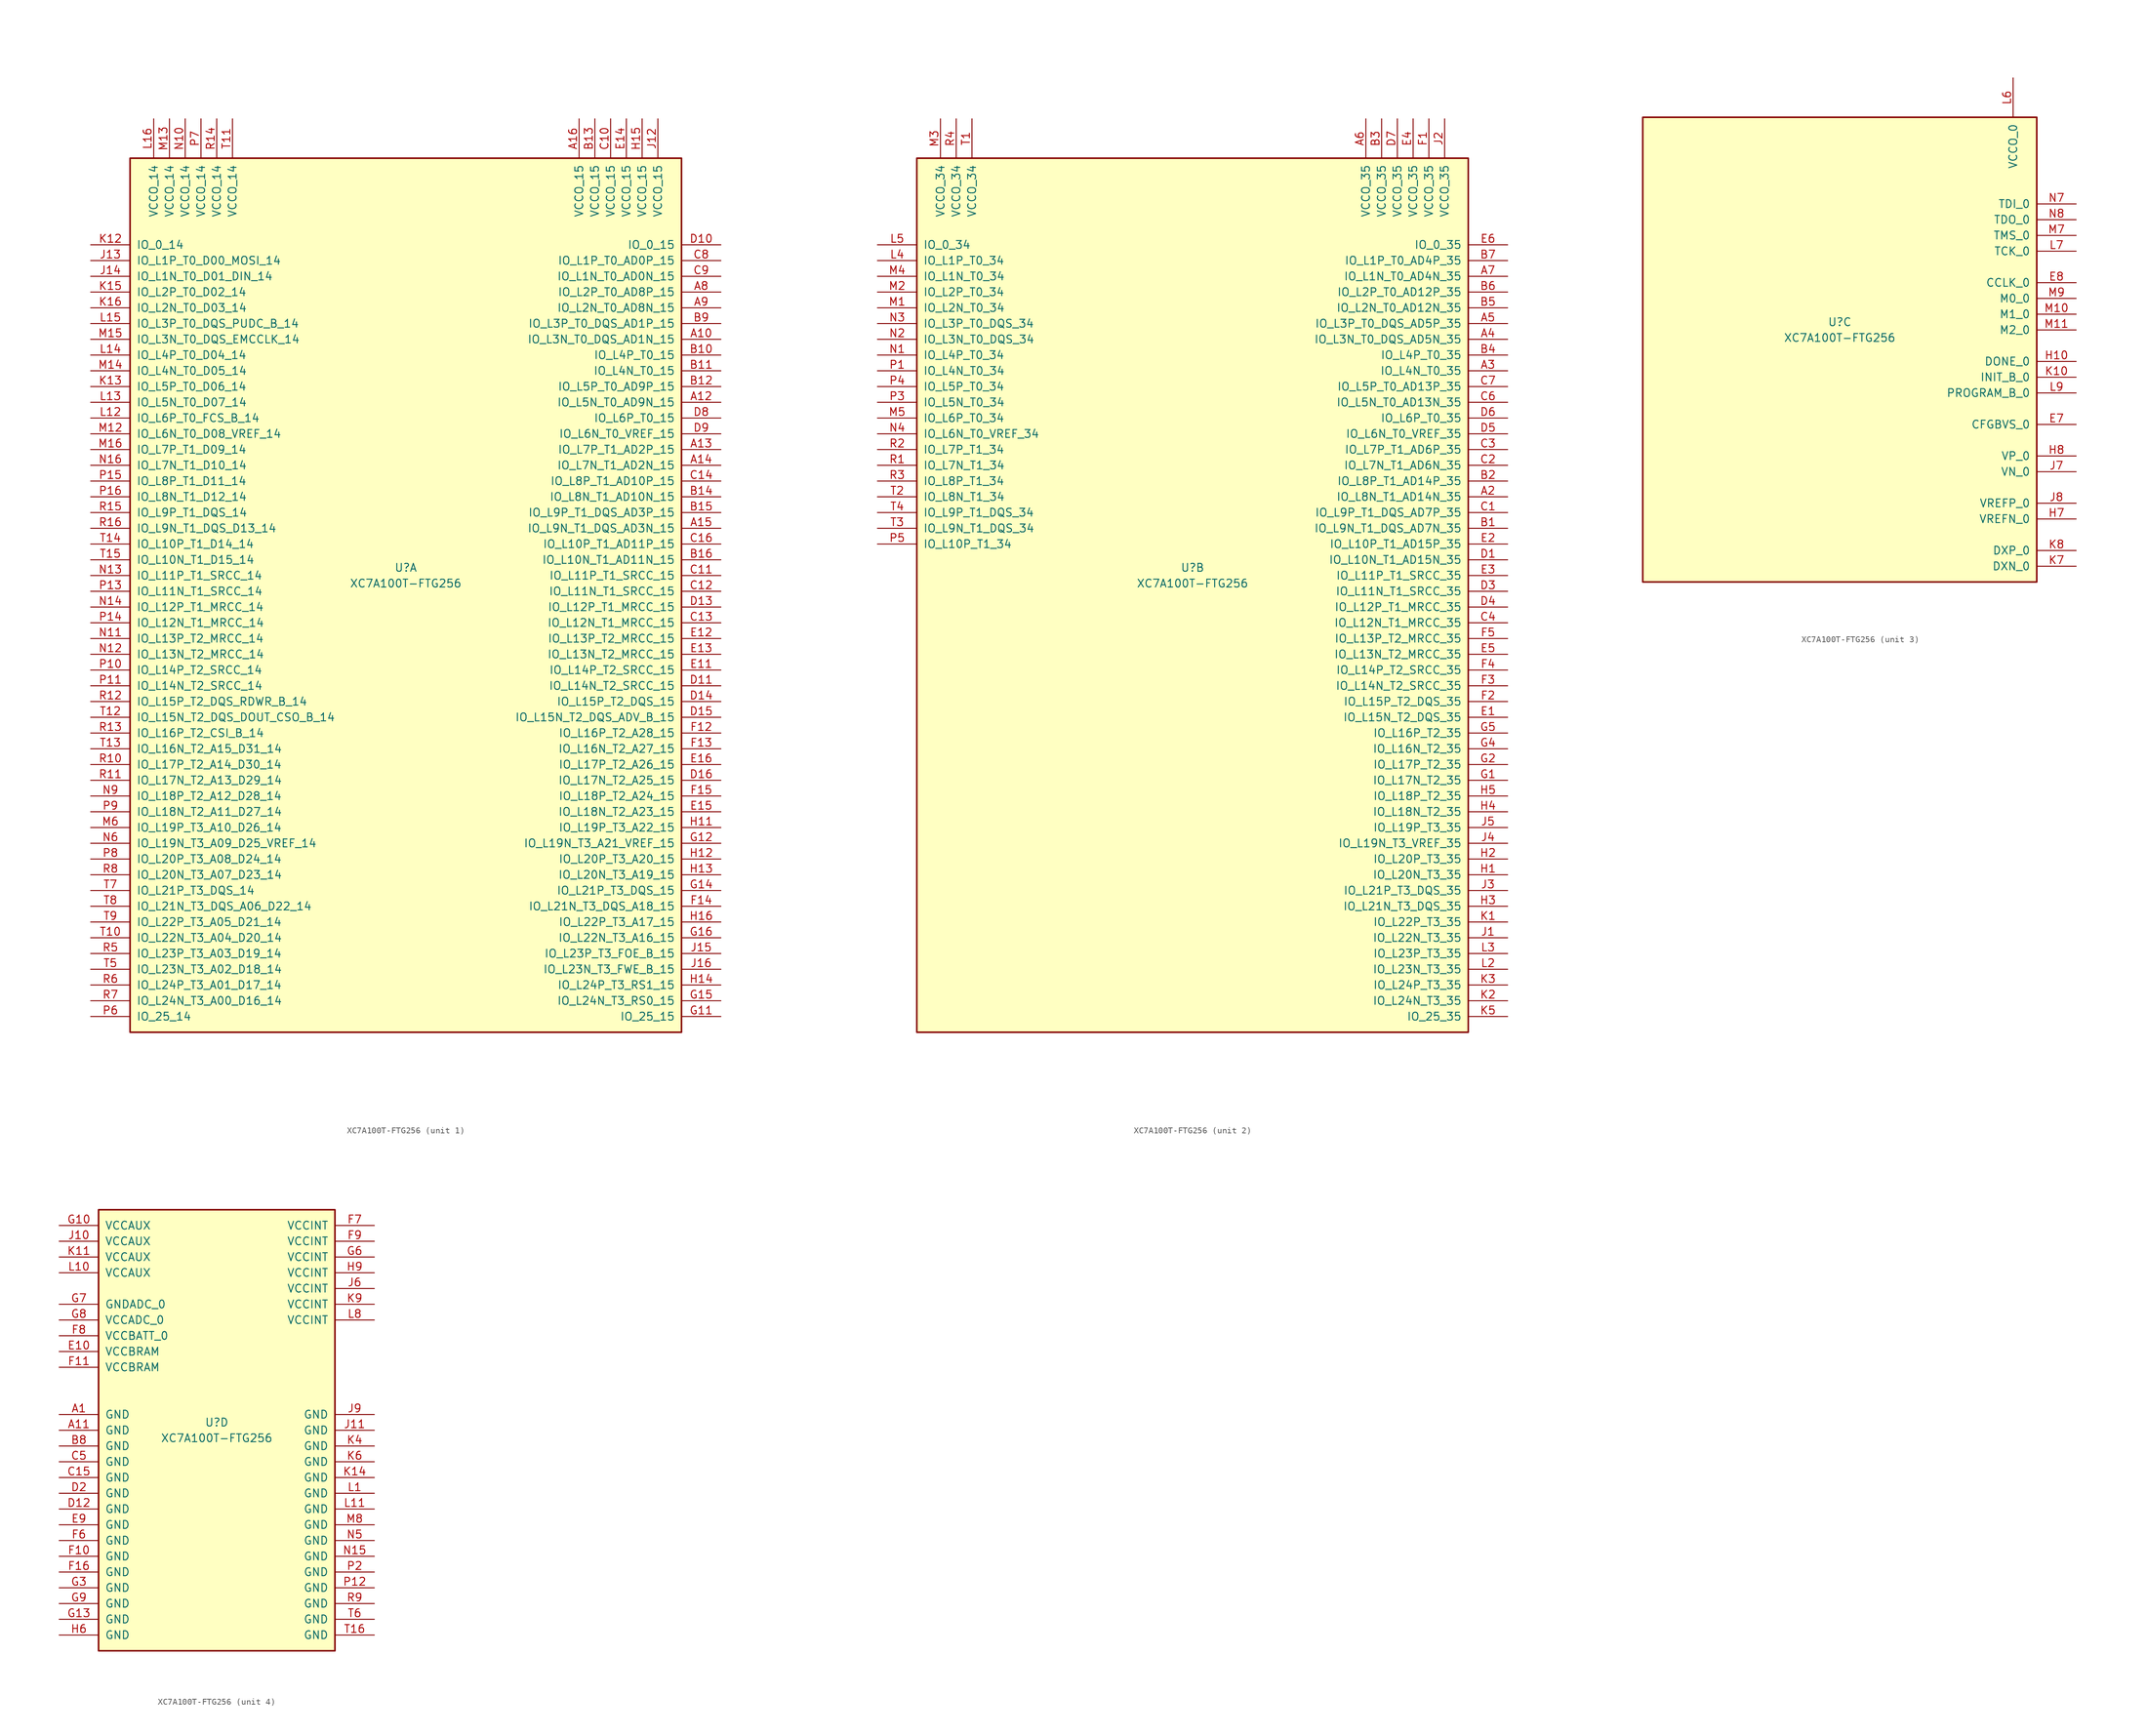
<source format=kicad_sym>
(kicad_symbol_lib
  (version 20211014)
  (generator kicad_symbol_editor)
  (symbol "XC7A100T-FTG256"
    (pin_names
      (offset 1.016))
    (property "Reference" "U"
      (at 0 1.27 0)
      (effects (font (size 1.27 1.27))))
    (property "Value" "XC7A100T-FTG256"
      (at 0 -1.27 0)
      (effects (font (size 1.27 1.27))))
    (property "Datasheet" ""
      (at 0 0 0)
      (effects (font (size 1.27 1.27))))
    (property "ki_locked" ""
      (at 0 0 0)
      (effects (font (size 1.27 1.27))))
    (symbol "XC7A100T-FTG256_1_1"
      (rectangle (start -44.45 67.31) (end 44.45 -73.66) (stroke (width 0.254) (type default) (color 0 0 0 0)) (fill (type background)))
      (pin bidirectional line (at 50.8 38.1 180) (length 6.35) (name "IO_L3N_T0_DQS_AD1N_15" (effects (font (size 1.27 1.27)))) (number "A10" (effects (font (size 1.27 1.27)))))
      (pin bidirectional line (at 50.8 27.94 180) (length 6.35) (name "IO_L5N_T0_AD9N_15" (effects (font (size 1.27 1.27)))) (number "A12" (effects (font (size 1.27 1.27)))))
      (pin bidirectional line (at 50.8 20.32 180) (length 6.35) (name "IO_L7P_T1_AD2P_15" (effects (font (size 1.27 1.27)))) (number "A13" (effects (font (size 1.27 1.27)))))
      (pin bidirectional line (at 50.8 17.78 180) (length 6.35) (name "IO_L7N_T1_AD2N_15" (effects (font (size 1.27 1.27)))) (number "A14" (effects (font (size 1.27 1.27)))))
      (pin bidirectional line (at 50.8 7.62 180) (length 6.35) (name "IO_L9N_T1_DQS_AD3N_15" (effects (font (size 1.27 1.27)))) (number "A15" (effects (font (size 1.27 1.27)))))
      (pin power_in line (at 27.94 73.66 270) (length 6.35) (name "VCCO_15" (effects (font (size 1.27 1.27)))) (number "A16" (effects (font (size 1.27 1.27)))))
      (pin bidirectional line (at 50.8 45.72 180) (length 6.35) (name "IO_L2P_T0_AD8P_15" (effects (font (size 1.27 1.27)))) (number "A8" (effects (font (size 1.27 1.27)))))
      (pin bidirectional line (at 50.8 43.18 180) (length 6.35) (name "IO_L2N_T0_AD8N_15" (effects (font (size 1.27 1.27)))) (number "A9" (effects (font (size 1.27 1.27)))))
      (pin bidirectional line (at 50.8 35.56 180) (length 6.35) (name "IO_L4P_T0_15" (effects (font (size 1.27 1.27)))) (number "B10" (effects (font (size 1.27 1.27)))))
      (pin bidirectional line (at 50.8 33.02 180) (length 6.35) (name "IO_L4N_T0_15" (effects (font (size 1.27 1.27)))) (number "B11" (effects (font (size 1.27 1.27)))))
      (pin bidirectional line (at 50.8 30.48 180) (length 6.35) (name "IO_L5P_T0_AD9P_15" (effects (font (size 1.27 1.27)))) (number "B12" (effects (font (size 1.27 1.27)))))
      (pin power_in line (at 30.48 73.66 270) (length 6.35) (name "VCCO_15" (effects (font (size 1.27 1.27)))) (number "B13" (effects (font (size 1.27 1.27)))))
      (pin bidirectional line (at 50.8 12.7 180) (length 6.35) (name "IO_L8N_T1_AD10N_15" (effects (font (size 1.27 1.27)))) (number "B14" (effects (font (size 1.27 1.27)))))
      (pin bidirectional line (at 50.8 10.16 180) (length 6.35) (name "IO_L9P_T1_DQS_AD3P_15" (effects (font (size 1.27 1.27)))) (number "B15" (effects (font (size 1.27 1.27)))))
      (pin bidirectional line (at 50.8 2.54 180) (length 6.35) (name "IO_L10N_T1_AD11N_15" (effects (font (size 1.27 1.27)))) (number "B16" (effects (font (size 1.27 1.27)))))
      (pin bidirectional line (at 50.8 40.64 180) (length 6.35) (name "IO_L3P_T0_DQS_AD1P_15" (effects (font (size 1.27 1.27)))) (number "B9" (effects (font (size 1.27 1.27)))))
      (pin power_in line (at 33.02 73.66 270) (length 6.35) (name "VCCO_15" (effects (font (size 1.27 1.27)))) (number "C10" (effects (font (size 1.27 1.27)))))
      (pin bidirectional line (at 50.8 0 180) (length 6.35) (name "IO_L11P_T1_SRCC_15" (effects (font (size 1.27 1.27)))) (number "C11" (effects (font (size 1.27 1.27)))))
      (pin bidirectional line (at 50.8 -2.54 180) (length 6.35) (name "IO_L11N_T1_SRCC_15" (effects (font (size 1.27 1.27)))) (number "C12" (effects (font (size 1.27 1.27)))))
      (pin bidirectional line (at 50.8 -7.62 180) (length 6.35) (name "IO_L12N_T1_MRCC_15" (effects (font (size 1.27 1.27)))) (number "C13" (effects (font (size 1.27 1.27)))))
      (pin bidirectional line (at 50.8 15.24 180) (length 6.35) (name "IO_L8P_T1_AD10P_15" (effects (font (size 1.27 1.27)))) (number "C14" (effects (font (size 1.27 1.27)))))
      (pin bidirectional line (at 50.8 5.08 180) (length 6.35) (name "IO_L10P_T1_AD11P_15" (effects (font (size 1.27 1.27)))) (number "C16" (effects (font (size 1.27 1.27)))))
      (pin bidirectional line (at 50.8 50.8 180) (length 6.35) (name "IO_L1P_T0_AD0P_15" (effects (font (size 1.27 1.27)))) (number "C8" (effects (font (size 1.27 1.27)))))
      (pin bidirectional line (at 50.8 48.26 180) (length 6.35) (name "IO_L1N_T0_AD0N_15" (effects (font (size 1.27 1.27)))) (number "C9" (effects (font (size 1.27 1.27)))))
      (pin bidirectional line (at 50.8 53.34 180) (length 6.35) (name "IO_0_15" (effects (font (size 1.27 1.27)))) (number "D10" (effects (font (size 1.27 1.27)))))
      (pin bidirectional line (at 50.8 -17.78 180) (length 6.35) (name "IO_L14N_T2_SRCC_15" (effects (font (size 1.27 1.27)))) (number "D11" (effects (font (size 1.27 1.27)))))
      (pin bidirectional line (at 50.8 -5.08 180) (length 6.35) (name "IO_L12P_T1_MRCC_15" (effects (font (size 1.27 1.27)))) (number "D13" (effects (font (size 1.27 1.27)))))
      (pin bidirectional line (at 50.8 -20.32 180) (length 6.35) (name "IO_L15P_T2_DQS_15" (effects (font (size 1.27 1.27)))) (number "D14" (effects (font (size 1.27 1.27)))))
      (pin bidirectional line (at 50.8 -22.86 180) (length 6.35) (name "IO_L15N_T2_DQS_ADV_B_15" (effects (font (size 1.27 1.27)))) (number "D15" (effects (font (size 1.27 1.27)))))
      (pin bidirectional line (at 50.8 -33.02 180) (length 6.35) (name "IO_L17N_T2_A25_15" (effects (font (size 1.27 1.27)))) (number "D16" (effects (font (size 1.27 1.27)))))
      (pin bidirectional line (at 50.8 25.4 180) (length 6.35) (name "IO_L6P_T0_15" (effects (font (size 1.27 1.27)))) (number "D8" (effects (font (size 1.27 1.27)))))
      (pin bidirectional line (at 50.8 22.86 180) (length 6.35) (name "IO_L6N_T0_VREF_15" (effects (font (size 1.27 1.27)))) (number "D9" (effects (font (size 1.27 1.27)))))
      (pin bidirectional line (at 50.8 -15.24 180) (length 6.35) (name "IO_L14P_T2_SRCC_15" (effects (font (size 1.27 1.27)))) (number "E11" (effects (font (size 1.27 1.27)))))
      (pin bidirectional line (at 50.8 -10.16 180) (length 6.35) (name "IO_L13P_T2_MRCC_15" (effects (font (size 1.27 1.27)))) (number "E12" (effects (font (size 1.27 1.27)))))
      (pin bidirectional line (at 50.8 -12.7 180) (length 6.35) (name "IO_L13N_T2_MRCC_15" (effects (font (size 1.27 1.27)))) (number "E13" (effects (font (size 1.27 1.27)))))
      (pin power_in line (at 35.56 73.66 270) (length 6.35) (name "VCCO_15" (effects (font (size 1.27 1.27)))) (number "E14" (effects (font (size 1.27 1.27)))))
      (pin bidirectional line (at 50.8 -38.1 180) (length 6.35) (name "IO_L18N_T2_A23_15" (effects (font (size 1.27 1.27)))) (number "E15" (effects (font (size 1.27 1.27)))))
      (pin bidirectional line (at 50.8 -30.48 180) (length 6.35) (name "IO_L17P_T2_A26_15" (effects (font (size 1.27 1.27)))) (number "E16" (effects (font (size 1.27 1.27)))))
      (pin bidirectional line (at 50.8 -25.4 180) (length 6.35) (name "IO_L16P_T2_A28_15" (effects (font (size 1.27 1.27)))) (number "F12" (effects (font (size 1.27 1.27)))))
      (pin bidirectional line (at 50.8 -27.94 180) (length 6.35) (name "IO_L16N_T2_A27_15" (effects (font (size 1.27 1.27)))) (number "F13" (effects (font (size 1.27 1.27)))))
      (pin bidirectional line (at 50.8 -53.34 180) (length 6.35) (name "IO_L21N_T3_DQS_A18_15" (effects (font (size 1.27 1.27)))) (number "F14" (effects (font (size 1.27 1.27)))))
      (pin bidirectional line (at 50.8 -35.56 180) (length 6.35) (name "IO_L18P_T2_A24_15" (effects (font (size 1.27 1.27)))) (number "F15" (effects (font (size 1.27 1.27)))))
      (pin bidirectional line (at 50.8 -71.12 180) (length 6.35) (name "IO_25_15" (effects (font (size 1.27 1.27)))) (number "G11" (effects (font (size 1.27 1.27)))))
      (pin bidirectional line (at 50.8 -43.18 180) (length 6.35) (name "IO_L19N_T3_A21_VREF_15" (effects (font (size 1.27 1.27)))) (number "G12" (effects (font (size 1.27 1.27)))))
      (pin bidirectional line (at 50.8 -50.8 180) (length 6.35) (name "IO_L21P_T3_DQS_15" (effects (font (size 1.27 1.27)))) (number "G14" (effects (font (size 1.27 1.27)))))
      (pin bidirectional line (at 50.8 -68.58 180) (length 6.35) (name "IO_L24N_T3_RS0_15" (effects (font (size 1.27 1.27)))) (number "G15" (effects (font (size 1.27 1.27)))))
      (pin bidirectional line (at 50.8 -58.42 180) (length 6.35) (name "IO_L22N_T3_A16_15" (effects (font (size 1.27 1.27)))) (number "G16" (effects (font (size 1.27 1.27)))))
      (pin bidirectional line (at 50.8 -40.64 180) (length 6.35) (name "IO_L19P_T3_A22_15" (effects (font (size 1.27 1.27)))) (number "H11" (effects (font (size 1.27 1.27)))))
      (pin bidirectional line (at 50.8 -45.72 180) (length 6.35) (name "IO_L20P_T3_A20_15" (effects (font (size 1.27 1.27)))) (number "H12" (effects (font (size 1.27 1.27)))))
      (pin bidirectional line (at 50.8 -48.26 180) (length 6.35) (name "IO_L20N_T3_A19_15" (effects (font (size 1.27 1.27)))) (number "H13" (effects (font (size 1.27 1.27)))))
      (pin bidirectional line (at 50.8 -66.04 180) (length 6.35) (name "IO_L24P_T3_RS1_15" (effects (font (size 1.27 1.27)))) (number "H14" (effects (font (size 1.27 1.27)))))
      (pin power_in line (at 38.1 73.66 270) (length 6.35) (name "VCCO_15" (effects (font (size 1.27 1.27)))) (number "H15" (effects (font (size 1.27 1.27)))))
      (pin bidirectional line (at 50.8 -55.88 180) (length 6.35) (name "IO_L22P_T3_A17_15" (effects (font (size 1.27 1.27)))) (number "H16" (effects (font (size 1.27 1.27)))))
      (pin power_in line (at 40.64 73.66 270) (length 6.35) (name "VCCO_15" (effects (font (size 1.27 1.27)))) (number "J12" (effects (font (size 1.27 1.27)))))
      (pin bidirectional line (at -50.8 50.8 0) (length 6.35) (name "IO_L1P_T0_D00_MOSI_14" (effects (font (size 1.27 1.27)))) (number "J13" (effects (font (size 1.27 1.27)))))
      (pin bidirectional line (at -50.8 48.26 0) (length 6.35) (name "IO_L1N_T0_D01_DIN_14" (effects (font (size 1.27 1.27)))) (number "J14" (effects (font (size 1.27 1.27)))))
      (pin bidirectional line (at 50.8 -60.96 180) (length 6.35) (name "IO_L23P_T3_FOE_B_15" (effects (font (size 1.27 1.27)))) (number "J15" (effects (font (size 1.27 1.27)))))
      (pin bidirectional line (at 50.8 -63.5 180) (length 6.35) (name "IO_L23N_T3_FWE_B_15" (effects (font (size 1.27 1.27)))) (number "J16" (effects (font (size 1.27 1.27)))))
      (pin bidirectional line (at -50.8 53.34 0) (length 6.35) (name "IO_0_14" (effects (font (size 1.27 1.27)))) (number "K12" (effects (font (size 1.27 1.27)))))
      (pin bidirectional line (at -50.8 30.48 0) (length 6.35) (name "IO_L5P_T0_D06_14" (effects (font (size 1.27 1.27)))) (number "K13" (effects (font (size 1.27 1.27)))))
      (pin bidirectional line (at -50.8 45.72 0) (length 6.35) (name "IO_L2P_T0_D02_14" (effects (font (size 1.27 1.27)))) (number "K15" (effects (font (size 1.27 1.27)))))
      (pin bidirectional line (at -50.8 43.18 0) (length 6.35) (name "IO_L2N_T0_D03_14" (effects (font (size 1.27 1.27)))) (number "K16" (effects (font (size 1.27 1.27)))))
      (pin bidirectional line (at -50.8 25.4 0) (length 6.35) (name "IO_L6P_T0_FCS_B_14" (effects (font (size 1.27 1.27)))) (number "L12" (effects (font (size 1.27 1.27)))))
      (pin bidirectional line (at -50.8 27.94 0) (length 6.35) (name "IO_L5N_T0_D07_14" (effects (font (size 1.27 1.27)))) (number "L13" (effects (font (size 1.27 1.27)))))
      (pin bidirectional line (at -50.8 35.56 0) (length 6.35) (name "IO_L4P_T0_D04_14" (effects (font (size 1.27 1.27)))) (number "L14" (effects (font (size 1.27 1.27)))))
      (pin bidirectional line (at -50.8 40.64 0) (length 6.35) (name "IO_L3P_T0_DQS_PUDC_B_14" (effects (font (size 1.27 1.27)))) (number "L15" (effects (font (size 1.27 1.27)))))
      (pin power_in line (at -40.64 73.66 270) (length 6.35) (name "VCCO_14" (effects (font (size 1.27 1.27)))) (number "L16" (effects (font (size 1.27 1.27)))))
      (pin bidirectional line (at -50.8 22.86 0) (length 6.35) (name "IO_L6N_T0_D08_VREF_14" (effects (font (size 1.27 1.27)))) (number "M12" (effects (font (size 1.27 1.27)))))
      (pin power_in line (at -38.1 73.66 270) (length 6.35) (name "VCCO_14" (effects (font (size 1.27 1.27)))) (number "M13" (effects (font (size 1.27 1.27)))))
      (pin bidirectional line (at -50.8 33.02 0) (length 6.35) (name "IO_L4N_T0_D05_14" (effects (font (size 1.27 1.27)))) (number "M14" (effects (font (size 1.27 1.27)))))
      (pin bidirectional line (at -50.8 38.1 0) (length 6.35) (name "IO_L3N_T0_DQS_EMCCLK_14" (effects (font (size 1.27 1.27)))) (number "M15" (effects (font (size 1.27 1.27)))))
      (pin bidirectional line (at -50.8 20.32 0) (length 6.35) (name "IO_L7P_T1_D09_14" (effects (font (size 1.27 1.27)))) (number "M16" (effects (font (size 1.27 1.27)))))
      (pin bidirectional line (at -50.8 -40.64 0) (length 6.35) (name "IO_L19P_T3_A10_D26_14" (effects (font (size 1.27 1.27)))) (number "M6" (effects (font (size 1.27 1.27)))))
      (pin power_in line (at -35.56 73.66 270) (length 6.35) (name "VCCO_14" (effects (font (size 1.27 1.27)))) (number "N10" (effects (font (size 1.27 1.27)))))
      (pin bidirectional line (at -50.8 -10.16 0) (length 6.35) (name "IO_L13P_T2_MRCC_14" (effects (font (size 1.27 1.27)))) (number "N11" (effects (font (size 1.27 1.27)))))
      (pin bidirectional line (at -50.8 -12.7 0) (length 6.35) (name "IO_L13N_T2_MRCC_14" (effects (font (size 1.27 1.27)))) (number "N12" (effects (font (size 1.27 1.27)))))
      (pin bidirectional line (at -50.8 0 0) (length 6.35) (name "IO_L11P_T1_SRCC_14" (effects (font (size 1.27 1.27)))) (number "N13" (effects (font (size 1.27 1.27)))))
      (pin bidirectional line (at -50.8 -5.08 0) (length 6.35) (name "IO_L12P_T1_MRCC_14" (effects (font (size 1.27 1.27)))) (number "N14" (effects (font (size 1.27 1.27)))))
      (pin bidirectional line (at -50.8 17.78 0) (length 6.35) (name "IO_L7N_T1_D10_14" (effects (font (size 1.27 1.27)))) (number "N16" (effects (font (size 1.27 1.27)))))
      (pin bidirectional line (at -50.8 -43.18 0) (length 6.35) (name "IO_L19N_T3_A09_D25_VREF_14" (effects (font (size 1.27 1.27)))) (number "N6" (effects (font (size 1.27 1.27)))))
      (pin bidirectional line (at -50.8 -35.56 0) (length 6.35) (name "IO_L18P_T2_A12_D28_14" (effects (font (size 1.27 1.27)))) (number "N9" (effects (font (size 1.27 1.27)))))
      (pin bidirectional line (at -50.8 -15.24 0) (length 6.35) (name "IO_L14P_T2_SRCC_14" (effects (font (size 1.27 1.27)))) (number "P10" (effects (font (size 1.27 1.27)))))
      (pin bidirectional line (at -50.8 -17.78 0) (length 6.35) (name "IO_L14N_T2_SRCC_14" (effects (font (size 1.27 1.27)))) (number "P11" (effects (font (size 1.27 1.27)))))
      (pin bidirectional line (at -50.8 -2.54 0) (length 6.35) (name "IO_L11N_T1_SRCC_14" (effects (font (size 1.27 1.27)))) (number "P13" (effects (font (size 1.27 1.27)))))
      (pin bidirectional line (at -50.8 -7.62 0) (length 6.35) (name "IO_L12N_T1_MRCC_14" (effects (font (size 1.27 1.27)))) (number "P14" (effects (font (size 1.27 1.27)))))
      (pin bidirectional line (at -50.8 15.24 0) (length 6.35) (name "IO_L8P_T1_D11_14" (effects (font (size 1.27 1.27)))) (number "P15" (effects (font (size 1.27 1.27)))))
      (pin bidirectional line (at -50.8 12.7 0) (length 6.35) (name "IO_L8N_T1_D12_14" (effects (font (size 1.27 1.27)))) (number "P16" (effects (font (size 1.27 1.27)))))
      (pin bidirectional line (at -50.8 -71.12 0) (length 6.35) (name "IO_25_14" (effects (font (size 1.27 1.27)))) (number "P6" (effects (font (size 1.27 1.27)))))
      (pin power_in line (at -33.02 73.66 270) (length 6.35) (name "VCCO_14" (effects (font (size 1.27 1.27)))) (number "P7" (effects (font (size 1.27 1.27)))))
      (pin bidirectional line (at -50.8 -45.72 0) (length 6.35) (name "IO_L20P_T3_A08_D24_14" (effects (font (size 1.27 1.27)))) (number "P8" (effects (font (size 1.27 1.27)))))
      (pin bidirectional line (at -50.8 -38.1 0) (length 6.35) (name "IO_L18N_T2_A11_D27_14" (effects (font (size 1.27 1.27)))) (number "P9" (effects (font (size 1.27 1.27)))))
      (pin bidirectional line (at -50.8 -30.48 0) (length 6.35) (name "IO_L17P_T2_A14_D30_14" (effects (font (size 1.27 1.27)))) (number "R10" (effects (font (size 1.27 1.27)))))
      (pin bidirectional line (at -50.8 -33.02 0) (length 6.35) (name "IO_L17N_T2_A13_D29_14" (effects (font (size 1.27 1.27)))) (number "R11" (effects (font (size 1.27 1.27)))))
      (pin bidirectional line (at -50.8 -20.32 0) (length 6.35) (name "IO_L15P_T2_DQS_RDWR_B_14" (effects (font (size 1.27 1.27)))) (number "R12" (effects (font (size 1.27 1.27)))))
      (pin bidirectional line (at -50.8 -25.4 0) (length 6.35) (name "IO_L16P_T2_CSI_B_14" (effects (font (size 1.27 1.27)))) (number "R13" (effects (font (size 1.27 1.27)))))
      (pin power_in line (at -30.48 73.66 270) (length 6.35) (name "VCCO_14" (effects (font (size 1.27 1.27)))) (number "R14" (effects (font (size 1.27 1.27)))))
      (pin bidirectional line (at -50.8 10.16 0) (length 6.35) (name "IO_L9P_T1_DQS_14" (effects (font (size 1.27 1.27)))) (number "R15" (effects (font (size 1.27 1.27)))))
      (pin bidirectional line (at -50.8 7.62 0) (length 6.35) (name "IO_L9N_T1_DQS_D13_14" (effects (font (size 1.27 1.27)))) (number "R16" (effects (font (size 1.27 1.27)))))
      (pin bidirectional line (at -50.8 -60.96 0) (length 6.35) (name "IO_L23P_T3_A03_D19_14" (effects (font (size 1.27 1.27)))) (number "R5" (effects (font (size 1.27 1.27)))))
      (pin bidirectional line (at -50.8 -66.04 0) (length 6.35) (name "IO_L24P_T3_A01_D17_14" (effects (font (size 1.27 1.27)))) (number "R6" (effects (font (size 1.27 1.27)))))
      (pin bidirectional line (at -50.8 -68.58 0) (length 6.35) (name "IO_L24N_T3_A00_D16_14" (effects (font (size 1.27 1.27)))) (number "R7" (effects (font (size 1.27 1.27)))))
      (pin bidirectional line (at -50.8 -48.26 0) (length 6.35) (name "IO_L20N_T3_A07_D23_14" (effects (font (size 1.27 1.27)))) (number "R8" (effects (font (size 1.27 1.27)))))
      (pin bidirectional line (at -50.8 -58.42 0) (length 6.35) (name "IO_L22N_T3_A04_D20_14" (effects (font (size 1.27 1.27)))) (number "T10" (effects (font (size 1.27 1.27)))))
      (pin power_in line (at -27.94 73.66 270) (length 6.35) (name "VCCO_14" (effects (font (size 1.27 1.27)))) (number "T11" (effects (font (size 1.27 1.27)))))
      (pin bidirectional line (at -50.8 -22.86 0) (length 6.35) (name "IO_L15N_T2_DQS_DOUT_CSO_B_14" (effects (font (size 1.27 1.27)))) (number "T12" (effects (font (size 1.27 1.27)))))
      (pin bidirectional line (at -50.8 -27.94 0) (length 6.35) (name "IO_L16N_T2_A15_D31_14" (effects (font (size 1.27 1.27)))) (number "T13" (effects (font (size 1.27 1.27)))))
      (pin bidirectional line (at -50.8 5.08 0) (length 6.35) (name "IO_L10P_T1_D14_14" (effects (font (size 1.27 1.27)))) (number "T14" (effects (font (size 1.27 1.27)))))
      (pin bidirectional line (at -50.8 2.54 0) (length 6.35) (name "IO_L10N_T1_D15_14" (effects (font (size 1.27 1.27)))) (number "T15" (effects (font (size 1.27 1.27)))))
      (pin bidirectional line (at -50.8 -63.5 0) (length 6.35) (name "IO_L23N_T3_A02_D18_14" (effects (font (size 1.27 1.27)))) (number "T5" (effects (font (size 1.27 1.27)))))
      (pin bidirectional line (at -50.8 -50.8 0) (length 6.35) (name "IO_L21P_T3_DQS_14" (effects (font (size 1.27 1.27)))) (number "T7" (effects (font (size 1.27 1.27)))))
      (pin bidirectional line (at -50.8 -53.34 0) (length 6.35) (name "IO_L21N_T3_DQS_A06_D22_14" (effects (font (size 1.27 1.27)))) (number "T8" (effects (font (size 1.27 1.27)))))
      (pin bidirectional line (at -50.8 -55.88 0) (length 6.35) (name "IO_L22P_T3_A05_D21_14" (effects (font (size 1.27 1.27)))) (number "T9" (effects (font (size 1.27 1.27))))))
    (symbol "XC7A100T-FTG256_2_1"
      (rectangle (start -44.45 67.31) (end 44.45 -73.66) (stroke (width 0.254) (type default) (color 0 0 0 0)) (fill (type background)))
      (pin bidirectional line (at 50.8 12.7 180) (length 6.35) (name "IO_L8N_T1_AD14N_35" (effects (font (size 1.27 1.27)))) (number "A2" (effects (font (size 1.27 1.27)))))
      (pin bidirectional line (at 50.8 33.02 180) (length 6.35) (name "IO_L4N_T0_35" (effects (font (size 1.27 1.27)))) (number "A3" (effects (font (size 1.27 1.27)))))
      (pin bidirectional line (at 50.8 38.1 180) (length 6.35) (name "IO_L3N_T0_DQS_AD5N_35" (effects (font (size 1.27 1.27)))) (number "A4" (effects (font (size 1.27 1.27)))))
      (pin bidirectional line (at 50.8 40.64 180) (length 6.35) (name "IO_L3P_T0_DQS_AD5P_35" (effects (font (size 1.27 1.27)))) (number "A5" (effects (font (size 1.27 1.27)))))
      (pin power_in line (at 27.94 73.66 270) (length 6.35) (name "VCCO_35" (effects (font (size 1.27 1.27)))) (number "A6" (effects (font (size 1.27 1.27)))))
      (pin bidirectional line (at 50.8 48.26 180) (length 6.35) (name "IO_L1N_T0_AD4N_35" (effects (font (size 1.27 1.27)))) (number "A7" (effects (font (size 1.27 1.27)))))
      (pin bidirectional line (at 50.8 7.62 180) (length 6.35) (name "IO_L9N_T1_DQS_AD7N_35" (effects (font (size 1.27 1.27)))) (number "B1" (effects (font (size 1.27 1.27)))))
      (pin bidirectional line (at 50.8 15.24 180) (length 6.35) (name "IO_L8P_T1_AD14P_35" (effects (font (size 1.27 1.27)))) (number "B2" (effects (font (size 1.27 1.27)))))
      (pin power_in line (at 30.48 73.66 270) (length 6.35) (name "VCCO_35" (effects (font (size 1.27 1.27)))) (number "B3" (effects (font (size 1.27 1.27)))))
      (pin bidirectional line (at 50.8 35.56 180) (length 6.35) (name "IO_L4P_T0_35" (effects (font (size 1.27 1.27)))) (number "B4" (effects (font (size 1.27 1.27)))))
      (pin bidirectional line (at 50.8 43.18 180) (length 6.35) (name "IO_L2N_T0_AD12N_35" (effects (font (size 1.27 1.27)))) (number "B5" (effects (font (size 1.27 1.27)))))
      (pin bidirectional line (at 50.8 45.72 180) (length 6.35) (name "IO_L2P_T0_AD12P_35" (effects (font (size 1.27 1.27)))) (number "B6" (effects (font (size 1.27 1.27)))))
      (pin bidirectional line (at 50.8 50.8 180) (length 6.35) (name "IO_L1P_T0_AD4P_35" (effects (font (size 1.27 1.27)))) (number "B7" (effects (font (size 1.27 1.27)))))
      (pin bidirectional line (at 50.8 10.16 180) (length 6.35) (name "IO_L9P_T1_DQS_AD7P_35" (effects (font (size 1.27 1.27)))) (number "C1" (effects (font (size 1.27 1.27)))))
      (pin bidirectional line (at 50.8 17.78 180) (length 6.35) (name "IO_L7N_T1_AD6N_35" (effects (font (size 1.27 1.27)))) (number "C2" (effects (font (size 1.27 1.27)))))
      (pin bidirectional line (at 50.8 20.32 180) (length 6.35) (name "IO_L7P_T1_AD6P_35" (effects (font (size 1.27 1.27)))) (number "C3" (effects (font (size 1.27 1.27)))))
      (pin bidirectional line (at 50.8 -7.62 180) (length 6.35) (name "IO_L12N_T1_MRCC_35" (effects (font (size 1.27 1.27)))) (number "C4" (effects (font (size 1.27 1.27)))))
      (pin bidirectional line (at 50.8 27.94 180) (length 6.35) (name "IO_L5N_T0_AD13N_35" (effects (font (size 1.27 1.27)))) (number "C6" (effects (font (size 1.27 1.27)))))
      (pin bidirectional line (at 50.8 30.48 180) (length 6.35) (name "IO_L5P_T0_AD13P_35" (effects (font (size 1.27 1.27)))) (number "C7" (effects (font (size 1.27 1.27)))))
      (pin bidirectional line (at 50.8 2.54 180) (length 6.35) (name "IO_L10N_T1_AD15N_35" (effects (font (size 1.27 1.27)))) (number "D1" (effects (font (size 1.27 1.27)))))
      (pin bidirectional line (at 50.8 -2.54 180) (length 6.35) (name "IO_L11N_T1_SRCC_35" (effects (font (size 1.27 1.27)))) (number "D3" (effects (font (size 1.27 1.27)))))
      (pin bidirectional line (at 50.8 -5.08 180) (length 6.35) (name "IO_L12P_T1_MRCC_35" (effects (font (size 1.27 1.27)))) (number "D4" (effects (font (size 1.27 1.27)))))
      (pin bidirectional line (at 50.8 22.86 180) (length 6.35) (name "IO_L6N_T0_VREF_35" (effects (font (size 1.27 1.27)))) (number "D5" (effects (font (size 1.27 1.27)))))
      (pin bidirectional line (at 50.8 25.4 180) (length 6.35) (name "IO_L6P_T0_35" (effects (font (size 1.27 1.27)))) (number "D6" (effects (font (size 1.27 1.27)))))
      (pin power_in line (at 33.02 73.66 270) (length 6.35) (name "VCCO_35" (effects (font (size 1.27 1.27)))) (number "D7" (effects (font (size 1.27 1.27)))))
      (pin bidirectional line (at 50.8 -22.86 180) (length 6.35) (name "IO_L15N_T2_DQS_35" (effects (font (size 1.27 1.27)))) (number "E1" (effects (font (size 1.27 1.27)))))
      (pin bidirectional line (at 50.8 5.08 180) (length 6.35) (name "IO_L10P_T1_AD15P_35" (effects (font (size 1.27 1.27)))) (number "E2" (effects (font (size 1.27 1.27)))))
      (pin bidirectional line (at 50.8 0 180) (length 6.35) (name "IO_L11P_T1_SRCC_35" (effects (font (size 1.27 1.27)))) (number "E3" (effects (font (size 1.27 1.27)))))
      (pin power_in line (at 35.56 73.66 270) (length 6.35) (name "VCCO_35" (effects (font (size 1.27 1.27)))) (number "E4" (effects (font (size 1.27 1.27)))))
      (pin bidirectional line (at 50.8 -12.7 180) (length 6.35) (name "IO_L13N_T2_MRCC_35" (effects (font (size 1.27 1.27)))) (number "E5" (effects (font (size 1.27 1.27)))))
      (pin bidirectional line (at 50.8 53.34 180) (length 6.35) (name "IO_0_35" (effects (font (size 1.27 1.27)))) (number "E6" (effects (font (size 1.27 1.27)))))
      (pin power_in line (at 38.1 73.66 270) (length 6.35) (name "VCCO_35" (effects (font (size 1.27 1.27)))) (number "F1" (effects (font (size 1.27 1.27)))))
      (pin bidirectional line (at 50.8 -20.32 180) (length 6.35) (name "IO_L15P_T2_DQS_35" (effects (font (size 1.27 1.27)))) (number "F2" (effects (font (size 1.27 1.27)))))
      (pin bidirectional line (at 50.8 -17.78 180) (length 6.35) (name "IO_L14N_T2_SRCC_35" (effects (font (size 1.27 1.27)))) (number "F3" (effects (font (size 1.27 1.27)))))
      (pin bidirectional line (at 50.8 -15.24 180) (length 6.35) (name "IO_L14P_T2_SRCC_35" (effects (font (size 1.27 1.27)))) (number "F4" (effects (font (size 1.27 1.27)))))
      (pin bidirectional line (at 50.8 -10.16 180) (length 6.35) (name "IO_L13P_T2_MRCC_35" (effects (font (size 1.27 1.27)))) (number "F5" (effects (font (size 1.27 1.27)))))
      (pin bidirectional line (at 50.8 -33.02 180) (length 6.35) (name "IO_L17N_T2_35" (effects (font (size 1.27 1.27)))) (number "G1" (effects (font (size 1.27 1.27)))))
      (pin bidirectional line (at 50.8 -30.48 180) (length 6.35) (name "IO_L17P_T2_35" (effects (font (size 1.27 1.27)))) (number "G2" (effects (font (size 1.27 1.27)))))
      (pin bidirectional line (at 50.8 -27.94 180) (length 6.35) (name "IO_L16N_T2_35" (effects (font (size 1.27 1.27)))) (number "G4" (effects (font (size 1.27 1.27)))))
      (pin bidirectional line (at 50.8 -25.4 180) (length 6.35) (name "IO_L16P_T2_35" (effects (font (size 1.27 1.27)))) (number "G5" (effects (font (size 1.27 1.27)))))
      (pin bidirectional line (at 50.8 -48.26 180) (length 6.35) (name "IO_L20N_T3_35" (effects (font (size 1.27 1.27)))) (number "H1" (effects (font (size 1.27 1.27)))))
      (pin bidirectional line (at 50.8 -45.72 180) (length 6.35) (name "IO_L20P_T3_35" (effects (font (size 1.27 1.27)))) (number "H2" (effects (font (size 1.27 1.27)))))
      (pin bidirectional line (at 50.8 -53.34 180) (length 6.35) (name "IO_L21N_T3_DQS_35" (effects (font (size 1.27 1.27)))) (number "H3" (effects (font (size 1.27 1.27)))))
      (pin bidirectional line (at 50.8 -38.1 180) (length 6.35) (name "IO_L18N_T2_35" (effects (font (size 1.27 1.27)))) (number "H4" (effects (font (size 1.27 1.27)))))
      (pin bidirectional line (at 50.8 -35.56 180) (length 6.35) (name "IO_L18P_T2_35" (effects (font (size 1.27 1.27)))) (number "H5" (effects (font (size 1.27 1.27)))))
      (pin bidirectional line (at 50.8 -58.42 180) (length 6.35) (name "IO_L22N_T3_35" (effects (font (size 1.27 1.27)))) (number "J1" (effects (font (size 1.27 1.27)))))
      (pin power_in line (at 40.64 73.66 270) (length 6.35) (name "VCCO_35" (effects (font (size 1.27 1.27)))) (number "J2" (effects (font (size 1.27 1.27)))))
      (pin bidirectional line (at 50.8 -50.8 180) (length 6.35) (name "IO_L21P_T3_DQS_35" (effects (font (size 1.27 1.27)))) (number "J3" (effects (font (size 1.27 1.27)))))
      (pin bidirectional line (at 50.8 -43.18 180) (length 6.35) (name "IO_L19N_T3_VREF_35" (effects (font (size 1.27 1.27)))) (number "J4" (effects (font (size 1.27 1.27)))))
      (pin bidirectional line (at 50.8 -40.64 180) (length 6.35) (name "IO_L19P_T3_35" (effects (font (size 1.27 1.27)))) (number "J5" (effects (font (size 1.27 1.27)))))
      (pin bidirectional line (at 50.8 -55.88 180) (length 6.35) (name "IO_L22P_T3_35" (effects (font (size 1.27 1.27)))) (number "K1" (effects (font (size 1.27 1.27)))))
      (pin bidirectional line (at 50.8 -68.58 180) (length 6.35) (name "IO_L24N_T3_35" (effects (font (size 1.27 1.27)))) (number "K2" (effects (font (size 1.27 1.27)))))
      (pin bidirectional line (at 50.8 -66.04 180) (length 6.35) (name "IO_L24P_T3_35" (effects (font (size 1.27 1.27)))) (number "K3" (effects (font (size 1.27 1.27)))))
      (pin bidirectional line (at 50.8 -71.12 180) (length 6.35) (name "IO_25_35" (effects (font (size 1.27 1.27)))) (number "K5" (effects (font (size 1.27 1.27)))))
      (pin bidirectional line (at 50.8 -63.5 180) (length 6.35) (name "IO_L23N_T3_35" (effects (font (size 1.27 1.27)))) (number "L2" (effects (font (size 1.27 1.27)))))
      (pin bidirectional line (at 50.8 -60.96 180) (length 6.35) (name "IO_L23P_T3_35" (effects (font (size 1.27 1.27)))) (number "L3" (effects (font (size 1.27 1.27)))))
      (pin bidirectional line (at -50.8 50.8 0) (length 6.35) (name "IO_L1P_T0_34" (effects (font (size 1.27 1.27)))) (number "L4" (effects (font (size 1.27 1.27)))))
      (pin bidirectional line (at -50.8 53.34 0) (length 6.35) (name "IO_0_34" (effects (font (size 1.27 1.27)))) (number "L5" (effects (font (size 1.27 1.27)))))
      (pin bidirectional line (at -50.8 43.18 0) (length 6.35) (name "IO_L2N_T0_34" (effects (font (size 1.27 1.27)))) (number "M1" (effects (font (size 1.27 1.27)))))
      (pin bidirectional line (at -50.8 45.72 0) (length 6.35) (name "IO_L2P_T0_34" (effects (font (size 1.27 1.27)))) (number "M2" (effects (font (size 1.27 1.27)))))
      (pin power_in line (at -40.64 73.66 270) (length 6.35) (name "VCCO_34" (effects (font (size 1.27 1.27)))) (number "M3" (effects (font (size 1.27 1.27)))))
      (pin bidirectional line (at -50.8 48.26 0) (length 6.35) (name "IO_L1N_T0_34" (effects (font (size 1.27 1.27)))) (number "M4" (effects (font (size 1.27 1.27)))))
      (pin bidirectional line (at -50.8 25.4 0) (length 6.35) (name "IO_L6P_T0_34" (effects (font (size 1.27 1.27)))) (number "M5" (effects (font (size 1.27 1.27)))))
      (pin bidirectional line (at -50.8 35.56 0) (length 6.35) (name "IO_L4P_T0_34" (effects (font (size 1.27 1.27)))) (number "N1" (effects (font (size 1.27 1.27)))))
      (pin bidirectional line (at -50.8 38.1 0) (length 6.35) (name "IO_L3N_T0_DQS_34" (effects (font (size 1.27 1.27)))) (number "N2" (effects (font (size 1.27 1.27)))))
      (pin bidirectional line (at -50.8 40.64 0) (length 6.35) (name "IO_L3P_T0_DQS_34" (effects (font (size 1.27 1.27)))) (number "N3" (effects (font (size 1.27 1.27)))))
      (pin bidirectional line (at -50.8 22.86 0) (length 6.35) (name "IO_L6N_T0_VREF_34" (effects (font (size 1.27 1.27)))) (number "N4" (effects (font (size 1.27 1.27)))))
      (pin bidirectional line (at -50.8 33.02 0) (length 6.35) (name "IO_L4N_T0_34" (effects (font (size 1.27 1.27)))) (number "P1" (effects (font (size 1.27 1.27)))))
      (pin bidirectional line (at -50.8 27.94 0) (length 6.35) (name "IO_L5N_T0_34" (effects (font (size 1.27 1.27)))) (number "P3" (effects (font (size 1.27 1.27)))))
      (pin bidirectional line (at -50.8 30.48 0) (length 6.35) (name "IO_L5P_T0_34" (effects (font (size 1.27 1.27)))) (number "P4" (effects (font (size 1.27 1.27)))))
      (pin bidirectional line (at -50.8 5.08 0) (length 6.35) (name "IO_L10P_T1_34" (effects (font (size 1.27 1.27)))) (number "P5" (effects (font (size 1.27 1.27)))))
      (pin bidirectional line (at -50.8 17.78 0) (length 6.35) (name "IO_L7N_T1_34" (effects (font (size 1.27 1.27)))) (number "R1" (effects (font (size 1.27 1.27)))))
      (pin bidirectional line (at -50.8 20.32 0) (length 6.35) (name "IO_L7P_T1_34" (effects (font (size 1.27 1.27)))) (number "R2" (effects (font (size 1.27 1.27)))))
      (pin bidirectional line (at -50.8 15.24 0) (length 6.35) (name "IO_L8P_T1_34" (effects (font (size 1.27 1.27)))) (number "R3" (effects (font (size 1.27 1.27)))))
      (pin power_in line (at -38.1 73.66 270) (length 6.35) (name "VCCO_34" (effects (font (size 1.27 1.27)))) (number "R4" (effects (font (size 1.27 1.27)))))
      (pin power_in line (at -35.56 73.66 270) (length 6.35) (name "VCCO_34" (effects (font (size 1.27 1.27)))) (number "T1" (effects (font (size 1.27 1.27)))))
      (pin bidirectional line (at -50.8 12.7 0) (length 6.35) (name "IO_L8N_T1_34" (effects (font (size 1.27 1.27)))) (number "T2" (effects (font (size 1.27 1.27)))))
      (pin bidirectional line (at -50.8 7.62 0) (length 6.35) (name "IO_L9N_T1_DQS_34" (effects (font (size 1.27 1.27)))) (number "T3" (effects (font (size 1.27 1.27)))))
      (pin bidirectional line (at -50.8 10.16 0) (length 6.35) (name "IO_L9P_T1_DQS_34" (effects (font (size 1.27 1.27)))) (number "T4" (effects (font (size 1.27 1.27))))))
    (symbol "XC7A100T-FTG256_3_1"
      (rectangle (start -31.75 34.29) (end 31.75 -40.64) (stroke (width 0.254) (type default) (color 0 0 0 0)) (fill (type background)))
      (pin bidirectional line (at 38.1 -15.24 180) (length 6.35) (name "CFGBVS_0" (effects (font (size 1.27 1.27)))) (number "E7" (effects (font (size 1.27 1.27)))))
      (pin bidirectional line (at 38.1 7.62 180) (length 6.35) (name "CCLK_0" (effects (font (size 1.27 1.27)))) (number "E8" (effects (font (size 1.27 1.27)))))
      (pin bidirectional line (at 38.1 -5.08 180) (length 6.35) (name "DONE_0" (effects (font (size 1.27 1.27)))) (number "H10" (effects (font (size 1.27 1.27)))))
      (pin bidirectional line (at 38.1 -30.48 180) (length 6.35) (name "VREFN_0" (effects (font (size 1.27 1.27)))) (number "H7" (effects (font (size 1.27 1.27)))))
      (pin bidirectional line (at 38.1 -20.32 180) (length 6.35) (name "VP_0" (effects (font (size 1.27 1.27)))) (number "H8" (effects (font (size 1.27 1.27)))))
      (pin bidirectional line (at 38.1 -22.86 180) (length 6.35) (name "VN_0" (effects (font (size 1.27 1.27)))) (number "J7" (effects (font (size 1.27 1.27)))))
      (pin bidirectional line (at 38.1 -27.94 180) (length 6.35) (name "VREFP_0" (effects (font (size 1.27 1.27)))) (number "J8" (effects (font (size 1.27 1.27)))))
      (pin bidirectional line (at 38.1 -7.62 180) (length 6.35) (name "INIT_B_0" (effects (font (size 1.27 1.27)))) (number "K10" (effects (font (size 1.27 1.27)))))
      (pin bidirectional line (at 38.1 -38.1 180) (length 6.35) (name "DXN_0" (effects (font (size 1.27 1.27)))) (number "K7" (effects (font (size 1.27 1.27)))))
      (pin bidirectional line (at 38.1 -35.56 180) (length 6.35) (name "DXP_0" (effects (font (size 1.27 1.27)))) (number "K8" (effects (font (size 1.27 1.27)))))
      (pin power_in line (at 27.94 40.64 270) (length 6.35) (name "VCCO_0" (effects (font (size 1.27 1.27)))) (number "L6" (effects (font (size 1.27 1.27)))))
      (pin bidirectional line (at 38.1 12.7 180) (length 6.35) (name "TCK_0" (effects (font (size 1.27 1.27)))) (number "L7" (effects (font (size 1.27 1.27)))))
      (pin bidirectional line (at 38.1 -10.16 180) (length 6.35) (name "PROGRAM_B_0" (effects (font (size 1.27 1.27)))) (number "L9" (effects (font (size 1.27 1.27)))))
      (pin bidirectional line (at 38.1 2.54 180) (length 6.35) (name "M1_0" (effects (font (size 1.27 1.27)))) (number "M10" (effects (font (size 1.27 1.27)))))
      (pin bidirectional line (at 38.1 0 180) (length 6.35) (name "M2_0" (effects (font (size 1.27 1.27)))) (number "M11" (effects (font (size 1.27 1.27)))))
      (pin bidirectional line (at 38.1 15.24 180) (length 6.35) (name "TMS_0" (effects (font (size 1.27 1.27)))) (number "M7" (effects (font (size 1.27 1.27)))))
      (pin bidirectional line (at 38.1 5.08 180) (length 6.35) (name "M0_0" (effects (font (size 1.27 1.27)))) (number "M9" (effects (font (size 1.27 1.27)))))
      (pin bidirectional line (at 38.1 20.32 180) (length 6.35) (name "TDI_0" (effects (font (size 1.27 1.27)))) (number "N7" (effects (font (size 1.27 1.27)))))
      (pin bidirectional line (at 38.1 17.78 180) (length 6.35) (name "TDO_0" (effects (font (size 1.27 1.27)))) (number "N8" (effects (font (size 1.27 1.27))))))
    (symbol "XC7A100T-FTG256_4_1"
      (rectangle (start -19.05 35.56) (end 19.05 -35.56) (stroke (width 0.254) (type default) (color 0 0 0 0)) (fill (type background)))
      (pin power_in line (at -25.4 2.54 0) (length 6.35) (name "GND" (effects (font (size 1.27 1.27)))) (number "A1" (effects (font (size 1.27 1.27)))))
      (pin power_in line (at -25.4 0 0) (length 6.35) (name "GND" (effects (font (size 1.27 1.27)))) (number "A11" (effects (font (size 1.27 1.27)))))
      (pin power_in line (at -25.4 -2.54 0) (length 6.35) (name "GND" (effects (font (size 1.27 1.27)))) (number "B8" (effects (font (size 1.27 1.27)))))
      (pin power_in line (at -25.4 -7.62 0) (length 6.35) (name "GND" (effects (font (size 1.27 1.27)))) (number "C15" (effects (font (size 1.27 1.27)))))
      (pin power_in line (at -25.4 -5.08 0) (length 6.35) (name "GND" (effects (font (size 1.27 1.27)))) (number "C5" (effects (font (size 1.27 1.27)))))
      (pin power_in line (at -25.4 -12.7 0) (length 6.35) (name "GND" (effects (font (size 1.27 1.27)))) (number "D12" (effects (font (size 1.27 1.27)))))
      (pin power_in line (at -25.4 -10.16 0) (length 6.35) (name "GND" (effects (font (size 1.27 1.27)))) (number "D2" (effects (font (size 1.27 1.27)))))
      (pin power_in line (at -25.4 12.7 0) (length 6.35) (name "VCCBRAM" (effects (font (size 1.27 1.27)))) (number "E10" (effects (font (size 1.27 1.27)))))
      (pin power_in line (at -25.4 -15.24 0) (length 6.35) (name "GND" (effects (font (size 1.27 1.27)))) (number "E9" (effects (font (size 1.27 1.27)))))
      (pin power_in line (at -25.4 -20.32 0) (length 6.35) (name "GND" (effects (font (size 1.27 1.27)))) (number "F10" (effects (font (size 1.27 1.27)))))
      (pin power_in line (at -25.4 10.16 0) (length 6.35) (name "VCCBRAM" (effects (font (size 1.27 1.27)))) (number "F11" (effects (font (size 1.27 1.27)))))
      (pin power_in line (at -25.4 -22.86 0) (length 6.35) (name "GND" (effects (font (size 1.27 1.27)))) (number "F16" (effects (font (size 1.27 1.27)))))
      (pin power_in line (at -25.4 -17.78 0) (length 6.35) (name "GND" (effects (font (size 1.27 1.27)))) (number "F6" (effects (font (size 1.27 1.27)))))
      (pin power_in line (at 25.4 33.02 180) (length 6.35) (name "VCCINT" (effects (font (size 1.27 1.27)))) (number "F7" (effects (font (size 1.27 1.27)))))
      (pin power_in line (at -25.4 15.24 0) (length 6.35) (name "VCCBATT_0" (effects (font (size 1.27 1.27)))) (number "F8" (effects (font (size 1.27 1.27)))))
      (pin power_in line (at 25.4 30.48 180) (length 6.35) (name "VCCINT" (effects (font (size 1.27 1.27)))) (number "F9" (effects (font (size 1.27 1.27)))))
      (pin power_in line (at -25.4 33.02 0) (length 6.35) (name "VCCAUX" (effects (font (size 1.27 1.27)))) (number "G10" (effects (font (size 1.27 1.27)))))
      (pin power_in line (at -25.4 -30.48 0) (length 6.35) (name "GND" (effects (font (size 1.27 1.27)))) (number "G13" (effects (font (size 1.27 1.27)))))
      (pin power_in line (at -25.4 -25.4 0) (length 6.35) (name "GND" (effects (font (size 1.27 1.27)))) (number "G3" (effects (font (size 1.27 1.27)))))
      (pin power_in line (at 25.4 27.94 180) (length 6.35) (name "VCCINT" (effects (font (size 1.27 1.27)))) (number "G6" (effects (font (size 1.27 1.27)))))
      (pin power_in line (at -25.4 20.32 0) (length 6.35) (name "GNDADC_0" (effects (font (size 1.27 1.27)))) (number "G7" (effects (font (size 1.27 1.27)))))
      (pin power_in line (at -25.4 17.78 0) (length 6.35) (name "VCCADC_0" (effects (font (size 1.27 1.27)))) (number "G8" (effects (font (size 1.27 1.27)))))
      (pin power_in line (at -25.4 -27.94 0) (length 6.35) (name "GND" (effects (font (size 1.27 1.27)))) (number "G9" (effects (font (size 1.27 1.27)))))
      (pin power_in line (at -25.4 -33.02 0) (length 6.35) (name "GND" (effects (font (size 1.27 1.27)))) (number "H6" (effects (font (size 1.27 1.27)))))
      (pin power_in line (at 25.4 25.4 180) (length 6.35) (name "VCCINT" (effects (font (size 1.27 1.27)))) (number "H9" (effects (font (size 1.27 1.27)))))
      (pin power_in line (at -25.4 30.48 0) (length 6.35) (name "VCCAUX" (effects (font (size 1.27 1.27)))) (number "J10" (effects (font (size 1.27 1.27)))))
      (pin power_in line (at 25.4 0 180) (length 6.35) (name "GND" (effects (font (size 1.27 1.27)))) (number "J11" (effects (font (size 1.27 1.27)))))
      (pin power_in line (at 25.4 22.86 180) (length 6.35) (name "VCCINT" (effects (font (size 1.27 1.27)))) (number "J6" (effects (font (size 1.27 1.27)))))
      (pin power_in line (at 25.4 2.54 180) (length 6.35) (name "GND" (effects (font (size 1.27 1.27)))) (number "J9" (effects (font (size 1.27 1.27)))))
      (pin power_in line (at -25.4 27.94 0) (length 6.35) (name "VCCAUX" (effects (font (size 1.27 1.27)))) (number "K11" (effects (font (size 1.27 1.27)))))
      (pin power_in line (at 25.4 -7.62 180) (length 6.35) (name "GND" (effects (font (size 1.27 1.27)))) (number "K14" (effects (font (size 1.27 1.27)))))
      (pin power_in line (at 25.4 -2.54 180) (length 6.35) (name "GND" (effects (font (size 1.27 1.27)))) (number "K4" (effects (font (size 1.27 1.27)))))
      (pin power_in line (at 25.4 -5.08 180) (length 6.35) (name "GND" (effects (font (size 1.27 1.27)))) (number "K6" (effects (font (size 1.27 1.27)))))
      (pin power_in line (at 25.4 20.32 180) (length 6.35) (name "VCCINT" (effects (font (size 1.27 1.27)))) (number "K9" (effects (font (size 1.27 1.27)))))
      (pin power_in line (at 25.4 -10.16 180) (length 6.35) (name "GND" (effects (font (size 1.27 1.27)))) (number "L1" (effects (font (size 1.27 1.27)))))
      (pin power_in line (at -25.4 25.4 0) (length 6.35) (name "VCCAUX" (effects (font (size 1.27 1.27)))) (number "L10" (effects (font (size 1.27 1.27)))))
      (pin power_in line (at 25.4 -12.7 180) (length 6.35) (name "GND" (effects (font (size 1.27 1.27)))) (number "L11" (effects (font (size 1.27 1.27)))))
      (pin power_in line (at 25.4 17.78 180) (length 6.35) (name "VCCINT" (effects (font (size 1.27 1.27)))) (number "L8" (effects (font (size 1.27 1.27)))))
      (pin power_in line (at 25.4 -15.24 180) (length 6.35) (name "GND" (effects (font (size 1.27 1.27)))) (number "M8" (effects (font (size 1.27 1.27)))))
      (pin power_in line (at 25.4 -20.32 180) (length 6.35) (name "GND" (effects (font (size 1.27 1.27)))) (number "N15" (effects (font (size 1.27 1.27)))))
      (pin power_in line (at 25.4 -17.78 180) (length 6.35) (name "GND" (effects (font (size 1.27 1.27)))) (number "N5" (effects (font (size 1.27 1.27)))))
      (pin power_in line (at 25.4 -25.4 180) (length 6.35) (name "GND" (effects (font (size 1.27 1.27)))) (number "P12" (effects (font (size 1.27 1.27)))))
      (pin power_in line (at 25.4 -22.86 180) (length 6.35) (name "GND" (effects (font (size 1.27 1.27)))) (number "P2" (effects (font (size 1.27 1.27)))))
      (pin power_in line (at 25.4 -27.94 180) (length 6.35) (name "GND" (effects (font (size 1.27 1.27)))) (number "R9" (effects (font (size 1.27 1.27)))))
      (pin power_in line (at 25.4 -33.02 180) (length 6.35) (name "GND" (effects (font (size 1.27 1.27)))) (number "T16" (effects (font (size 1.27 1.27)))))
      (pin power_in line (at 25.4 -30.48 180) (length 6.35) (name "GND" (effects (font (size 1.27 1.27)))) (number "T6" (effects (font (size 1.27 1.27))))))))
</source>
